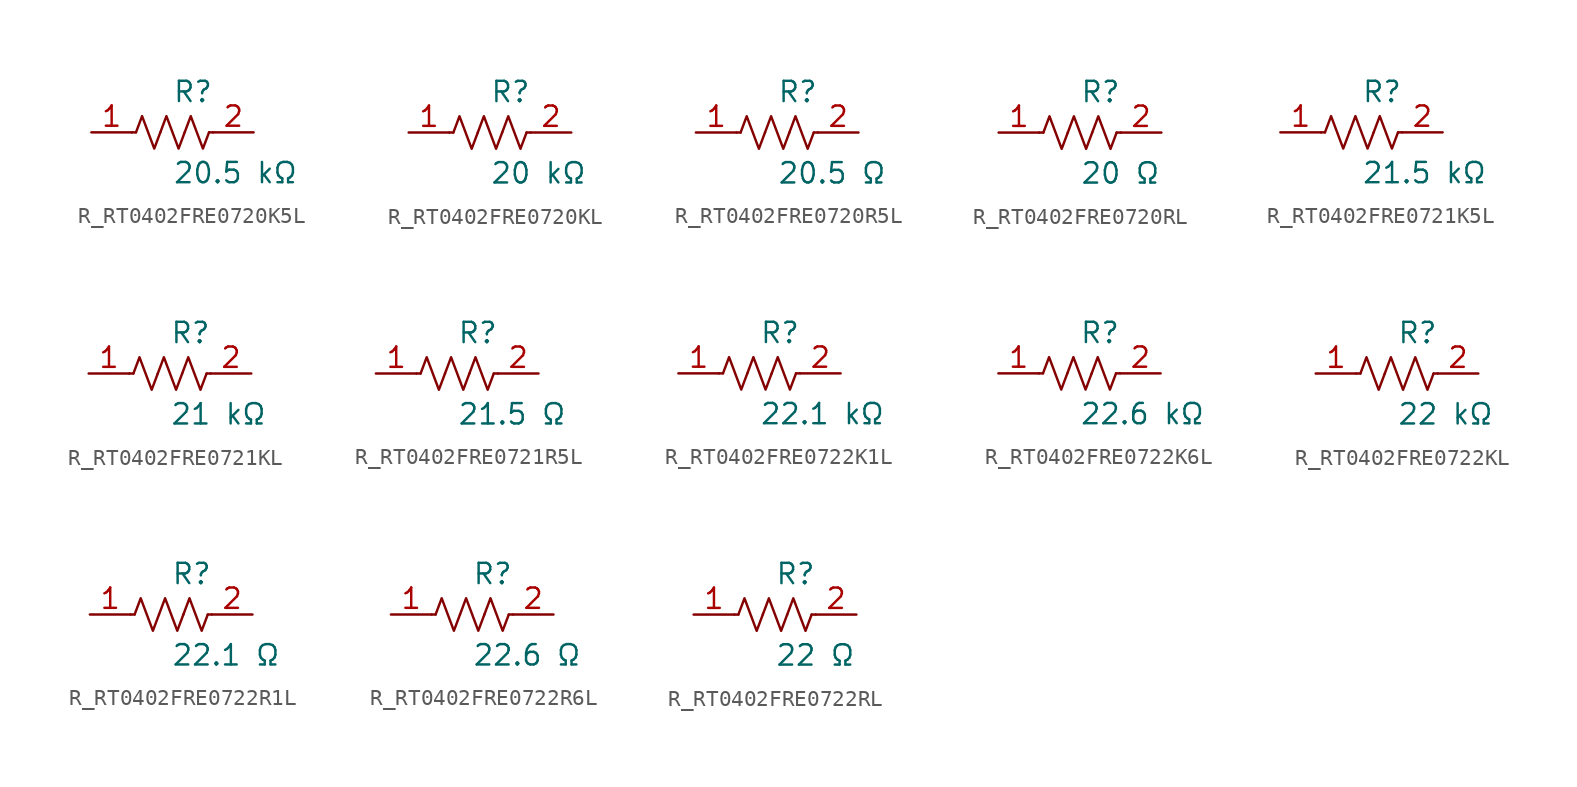
<source format=kicad_sym>
(kicad_symbol_lib
  (version 20231120)
  (generator kicad_symbol_editor)
  (generator_version 8.0)
  (symbol "R_RT0402FRE0720K5L"
    (pin_names
      (offset 0.254))
    (property "Reference" "R"
      (at 0.0 2.54 0)
      (effects (font (size 1.27 1.27)) (justify left)))
    (property "Value" "20.5 kΩ"
      (at 0.0 -2.54 0)
      (effects (font (size 1.27 1.27)) (justify left)))
    (symbol "R_RT0402FRE0720K5L_0_1"
      (polyline (pts (xy 2.286 0) (xy 2.54 0)) (stroke (width 0) (type default)) (fill (type none)))
      (polyline (pts (xy -2.286 0) (xy -2.54 0)) (stroke (width 0) (type default)) (fill (type none)))
      (polyline (pts (xy 0.762 0) (xy 1.143 1.016) (xy 1.524 0) (xy 1.905 -1.016) (xy 2.286 0)) (stroke (width 0) (type default)) (fill (type none)))
      (polyline (pts (xy -0.762 0) (xy -0.381 1.016) (xy 0 0) (xy 0.381 -1.016) (xy 0.762 0)) (stroke (width 0) (type default)) (fill (type none)))
      (polyline (pts (xy -2.286 0) (xy -1.905 1.016) (xy -1.524 0) (xy -1.143 -1.016) (xy -0.762 0)) (stroke (width 0) (type default)) (fill (type none))))
    (pin unspecified line
      (at -5.08 0 0)
      (length 2.54)
      (name "" (effects (font (size 1.27 1.27))))
      (number "1" (effects (font (size 1.27 1.27)))))
    (pin unspecified line
      (at 5.08 0 180)
      (length 2.54)
      (name "" (effects (font (size 1.27 1.27))))
      (number "2" (effects (font (size 1.27 1.27))))))
  (symbol "R_RT0402FRE0720KL"
    (pin_names
      (offset 0.254))
    (property "Reference" "R"
      (at 0.0 2.54 0)
      (effects (font (size 1.27 1.27)) (justify left)))
    (property "Value" "20 kΩ"
      (at 0.0 -2.54 0)
      (effects (font (size 1.27 1.27)) (justify left)))
    (symbol "R_RT0402FRE0720KL_0_1"
      (polyline (pts (xy 2.286 0) (xy 2.54 0)) (stroke (width 0) (type default)) (fill (type none)))
      (polyline (pts (xy -2.286 0) (xy -2.54 0)) (stroke (width 0) (type default)) (fill (type none)))
      (polyline (pts (xy 0.762 0) (xy 1.143 1.016) (xy 1.524 0) (xy 1.905 -1.016) (xy 2.286 0)) (stroke (width 0) (type default)) (fill (type none)))
      (polyline (pts (xy -0.762 0) (xy -0.381 1.016) (xy 0 0) (xy 0.381 -1.016) (xy 0.762 0)) (stroke (width 0) (type default)) (fill (type none)))
      (polyline (pts (xy -2.286 0) (xy -1.905 1.016) (xy -1.524 0) (xy -1.143 -1.016) (xy -0.762 0)) (stroke (width 0) (type default)) (fill (type none))))
    (pin unspecified line
      (at -5.08 0 0)
      (length 2.54)
      (name "" (effects (font (size 1.27 1.27))))
      (number "1" (effects (font (size 1.27 1.27)))))
    (pin unspecified line
      (at 5.08 0 180)
      (length 2.54)
      (name "" (effects (font (size 1.27 1.27))))
      (number "2" (effects (font (size 1.27 1.27))))))
  (symbol "R_RT0402FRE0720R5L"
    (pin_names
      (offset 0.254))
    (property "Reference" "R"
      (at 0.0 2.54 0)
      (effects (font (size 1.27 1.27)) (justify left)))
    (property "Value" "20.5 Ω"
      (at 0.0 -2.54 0)
      (effects (font (size 1.27 1.27)) (justify left)))
    (symbol "R_RT0402FRE0720R5L_0_1"
      (polyline (pts (xy 2.286 0) (xy 2.54 0)) (stroke (width 0) (type default)) (fill (type none)))
      (polyline (pts (xy -2.286 0) (xy -2.54 0)) (stroke (width 0) (type default)) (fill (type none)))
      (polyline (pts (xy 0.762 0) (xy 1.143 1.016) (xy 1.524 0) (xy 1.905 -1.016) (xy 2.286 0)) (stroke (width 0) (type default)) (fill (type none)))
      (polyline (pts (xy -0.762 0) (xy -0.381 1.016) (xy 0 0) (xy 0.381 -1.016) (xy 0.762 0)) (stroke (width 0) (type default)) (fill (type none)))
      (polyline (pts (xy -2.286 0) (xy -1.905 1.016) (xy -1.524 0) (xy -1.143 -1.016) (xy -0.762 0)) (stroke (width 0) (type default)) (fill (type none))))
    (pin unspecified line
      (at -5.08 0 0)
      (length 2.54)
      (name "" (effects (font (size 1.27 1.27))))
      (number "1" (effects (font (size 1.27 1.27)))))
    (pin unspecified line
      (at 5.08 0 180)
      (length 2.54)
      (name "" (effects (font (size 1.27 1.27))))
      (number "2" (effects (font (size 1.27 1.27))))))
  (symbol "R_RT0402FRE0720RL"
    (pin_names
      (offset 0.254))
    (property "Reference" "R"
      (at 0.0 2.54 0)
      (effects (font (size 1.27 1.27)) (justify left)))
    (property "Value" "20 Ω"
      (at 0.0 -2.54 0)
      (effects (font (size 1.27 1.27)) (justify left)))
    (symbol "R_RT0402FRE0720RL_0_1"
      (polyline (pts (xy 2.286 0) (xy 2.54 0)) (stroke (width 0) (type default)) (fill (type none)))
      (polyline (pts (xy -2.286 0) (xy -2.54 0)) (stroke (width 0) (type default)) (fill (type none)))
      (polyline (pts (xy 0.762 0) (xy 1.143 1.016) (xy 1.524 0) (xy 1.905 -1.016) (xy 2.286 0)) (stroke (width 0) (type default)) (fill (type none)))
      (polyline (pts (xy -0.762 0) (xy -0.381 1.016) (xy 0 0) (xy 0.381 -1.016) (xy 0.762 0)) (stroke (width 0) (type default)) (fill (type none)))
      (polyline (pts (xy -2.286 0) (xy -1.905 1.016) (xy -1.524 0) (xy -1.143 -1.016) (xy -0.762 0)) (stroke (width 0) (type default)) (fill (type none))))
    (pin unspecified line
      (at -5.08 0 0)
      (length 2.54)
      (name "" (effects (font (size 1.27 1.27))))
      (number "1" (effects (font (size 1.27 1.27)))))
    (pin unspecified line
      (at 5.08 0 180)
      (length 2.54)
      (name "" (effects (font (size 1.27 1.27))))
      (number "2" (effects (font (size 1.27 1.27))))))
  (symbol "R_RT0402FRE0721K5L"
    (pin_names
      (offset 0.254))
    (property "Reference" "R"
      (at 0.0 2.54 0)
      (effects (font (size 1.27 1.27)) (justify left)))
    (property "Value" "21.5 kΩ"
      (at 0.0 -2.54 0)
      (effects (font (size 1.27 1.27)) (justify left)))
    (symbol "R_RT0402FRE0721K5L_0_1"
      (polyline (pts (xy 2.286 0) (xy 2.54 0)) (stroke (width 0) (type default)) (fill (type none)))
      (polyline (pts (xy -2.286 0) (xy -2.54 0)) (stroke (width 0) (type default)) (fill (type none)))
      (polyline (pts (xy 0.762 0) (xy 1.143 1.016) (xy 1.524 0) (xy 1.905 -1.016) (xy 2.286 0)) (stroke (width 0) (type default)) (fill (type none)))
      (polyline (pts (xy -0.762 0) (xy -0.381 1.016) (xy 0 0) (xy 0.381 -1.016) (xy 0.762 0)) (stroke (width 0) (type default)) (fill (type none)))
      (polyline (pts (xy -2.286 0) (xy -1.905 1.016) (xy -1.524 0) (xy -1.143 -1.016) (xy -0.762 0)) (stroke (width 0) (type default)) (fill (type none))))
    (pin unspecified line
      (at -5.08 0 0)
      (length 2.54)
      (name "" (effects (font (size 1.27 1.27))))
      (number "1" (effects (font (size 1.27 1.27)))))
    (pin unspecified line
      (at 5.08 0 180)
      (length 2.54)
      (name "" (effects (font (size 1.27 1.27))))
      (number "2" (effects (font (size 1.27 1.27))))))
  (symbol "R_RT0402FRE0721KL"
    (pin_names
      (offset 0.254))
    (property "Reference" "R"
      (at 0.0 2.54 0)
      (effects (font (size 1.27 1.27)) (justify left)))
    (property "Value" "21 kΩ"
      (at 0.0 -2.54 0)
      (effects (font (size 1.27 1.27)) (justify left)))
    (symbol "R_RT0402FRE0721KL_0_1"
      (polyline (pts (xy 2.286 0) (xy 2.54 0)) (stroke (width 0) (type default)) (fill (type none)))
      (polyline (pts (xy -2.286 0) (xy -2.54 0)) (stroke (width 0) (type default)) (fill (type none)))
      (polyline (pts (xy 0.762 0) (xy 1.143 1.016) (xy 1.524 0) (xy 1.905 -1.016) (xy 2.286 0)) (stroke (width 0) (type default)) (fill (type none)))
      (polyline (pts (xy -0.762 0) (xy -0.381 1.016) (xy 0 0) (xy 0.381 -1.016) (xy 0.762 0)) (stroke (width 0) (type default)) (fill (type none)))
      (polyline (pts (xy -2.286 0) (xy -1.905 1.016) (xy -1.524 0) (xy -1.143 -1.016) (xy -0.762 0)) (stroke (width 0) (type default)) (fill (type none))))
    (pin unspecified line
      (at -5.08 0 0)
      (length 2.54)
      (name "" (effects (font (size 1.27 1.27))))
      (number "1" (effects (font (size 1.27 1.27)))))
    (pin unspecified line
      (at 5.08 0 180)
      (length 2.54)
      (name "" (effects (font (size 1.27 1.27))))
      (number "2" (effects (font (size 1.27 1.27))))))
  (symbol "R_RT0402FRE0721R5L"
    (pin_names
      (offset 0.254))
    (property "Reference" "R"
      (at 0.0 2.54 0)
      (effects (font (size 1.27 1.27)) (justify left)))
    (property "Value" "21.5 Ω"
      (at 0.0 -2.54 0)
      (effects (font (size 1.27 1.27)) (justify left)))
    (symbol "R_RT0402FRE0721R5L_0_1"
      (polyline (pts (xy 2.286 0) (xy 2.54 0)) (stroke (width 0) (type default)) (fill (type none)))
      (polyline (pts (xy -2.286 0) (xy -2.54 0)) (stroke (width 0) (type default)) (fill (type none)))
      (polyline (pts (xy 0.762 0) (xy 1.143 1.016) (xy 1.524 0) (xy 1.905 -1.016) (xy 2.286 0)) (stroke (width 0) (type default)) (fill (type none)))
      (polyline (pts (xy -0.762 0) (xy -0.381 1.016) (xy 0 0) (xy 0.381 -1.016) (xy 0.762 0)) (stroke (width 0) (type default)) (fill (type none)))
      (polyline (pts (xy -2.286 0) (xy -1.905 1.016) (xy -1.524 0) (xy -1.143 -1.016) (xy -0.762 0)) (stroke (width 0) (type default)) (fill (type none))))
    (pin unspecified line
      (at -5.08 0 0)
      (length 2.54)
      (name "" (effects (font (size 1.27 1.27))))
      (number "1" (effects (font (size 1.27 1.27)))))
    (pin unspecified line
      (at 5.08 0 180)
      (length 2.54)
      (name "" (effects (font (size 1.27 1.27))))
      (number "2" (effects (font (size 1.27 1.27))))))
  (symbol "R_RT0402FRE0722K1L"
    (pin_names
      (offset 0.254))
    (property "Reference" "R"
      (at 0.0 2.54 0)
      (effects (font (size 1.27 1.27)) (justify left)))
    (property "Value" "22.1 kΩ"
      (at 0.0 -2.54 0)
      (effects (font (size 1.27 1.27)) (justify left)))
    (symbol "R_RT0402FRE0722K1L_0_1"
      (polyline (pts (xy 2.286 0) (xy 2.54 0)) (stroke (width 0) (type default)) (fill (type none)))
      (polyline (pts (xy -2.286 0) (xy -2.54 0)) (stroke (width 0) (type default)) (fill (type none)))
      (polyline (pts (xy 0.762 0) (xy 1.143 1.016) (xy 1.524 0) (xy 1.905 -1.016) (xy 2.286 0)) (stroke (width 0) (type default)) (fill (type none)))
      (polyline (pts (xy -0.762 0) (xy -0.381 1.016) (xy 0 0) (xy 0.381 -1.016) (xy 0.762 0)) (stroke (width 0) (type default)) (fill (type none)))
      (polyline (pts (xy -2.286 0) (xy -1.905 1.016) (xy -1.524 0) (xy -1.143 -1.016) (xy -0.762 0)) (stroke (width 0) (type default)) (fill (type none))))
    (pin unspecified line
      (at -5.08 0 0)
      (length 2.54)
      (name "" (effects (font (size 1.27 1.27))))
      (number "1" (effects (font (size 1.27 1.27)))))
    (pin unspecified line
      (at 5.08 0 180)
      (length 2.54)
      (name "" (effects (font (size 1.27 1.27))))
      (number "2" (effects (font (size 1.27 1.27))))))
  (symbol "R_RT0402FRE0722K6L"
    (pin_names
      (offset 0.254))
    (property "Reference" "R"
      (at 0.0 2.54 0)
      (effects (font (size 1.27 1.27)) (justify left)))
    (property "Value" "22.6 kΩ"
      (at 0.0 -2.54 0)
      (effects (font (size 1.27 1.27)) (justify left)))
    (symbol "R_RT0402FRE0722K6L_0_1"
      (polyline (pts (xy 2.286 0) (xy 2.54 0)) (stroke (width 0) (type default)) (fill (type none)))
      (polyline (pts (xy -2.286 0) (xy -2.54 0)) (stroke (width 0) (type default)) (fill (type none)))
      (polyline (pts (xy 0.762 0) (xy 1.143 1.016) (xy 1.524 0) (xy 1.905 -1.016) (xy 2.286 0)) (stroke (width 0) (type default)) (fill (type none)))
      (polyline (pts (xy -0.762 0) (xy -0.381 1.016) (xy 0 0) (xy 0.381 -1.016) (xy 0.762 0)) (stroke (width 0) (type default)) (fill (type none)))
      (polyline (pts (xy -2.286 0) (xy -1.905 1.016) (xy -1.524 0) (xy -1.143 -1.016) (xy -0.762 0)) (stroke (width 0) (type default)) (fill (type none))))
    (pin unspecified line
      (at -5.08 0 0)
      (length 2.54)
      (name "" (effects (font (size 1.27 1.27))))
      (number "1" (effects (font (size 1.27 1.27)))))
    (pin unspecified line
      (at 5.08 0 180)
      (length 2.54)
      (name "" (effects (font (size 1.27 1.27))))
      (number "2" (effects (font (size 1.27 1.27))))))
  (symbol "R_RT0402FRE0722KL"
    (pin_names
      (offset 0.254))
    (property "Reference" "R"
      (at 0.0 2.54 0)
      (effects (font (size 1.27 1.27)) (justify left)))
    (property "Value" "22 kΩ"
      (at 0.0 -2.54 0)
      (effects (font (size 1.27 1.27)) (justify left)))
    (symbol "R_RT0402FRE0722KL_0_1"
      (polyline (pts (xy 2.286 0) (xy 2.54 0)) (stroke (width 0) (type default)) (fill (type none)))
      (polyline (pts (xy -2.286 0) (xy -2.54 0)) (stroke (width 0) (type default)) (fill (type none)))
      (polyline (pts (xy 0.762 0) (xy 1.143 1.016) (xy 1.524 0) (xy 1.905 -1.016) (xy 2.286 0)) (stroke (width 0) (type default)) (fill (type none)))
      (polyline (pts (xy -0.762 0) (xy -0.381 1.016) (xy 0 0) (xy 0.381 -1.016) (xy 0.762 0)) (stroke (width 0) (type default)) (fill (type none)))
      (polyline (pts (xy -2.286 0) (xy -1.905 1.016) (xy -1.524 0) (xy -1.143 -1.016) (xy -0.762 0)) (stroke (width 0) (type default)) (fill (type none))))
    (pin unspecified line
      (at -5.08 0 0)
      (length 2.54)
      (name "" (effects (font (size 1.27 1.27))))
      (number "1" (effects (font (size 1.27 1.27)))))
    (pin unspecified line
      (at 5.08 0 180)
      (length 2.54)
      (name "" (effects (font (size 1.27 1.27))))
      (number "2" (effects (font (size 1.27 1.27))))))
  (symbol "R_RT0402FRE0722R1L"
    (pin_names
      (offset 0.254))
    (property "Reference" "R"
      (at 0.0 2.54 0)
      (effects (font (size 1.27 1.27)) (justify left)))
    (property "Value" "22.1 Ω"
      (at 0.0 -2.54 0)
      (effects (font (size 1.27 1.27)) (justify left)))
    (symbol "R_RT0402FRE0722R1L_0_1"
      (polyline (pts (xy 2.286 0) (xy 2.54 0)) (stroke (width 0) (type default)) (fill (type none)))
      (polyline (pts (xy -2.286 0) (xy -2.54 0)) (stroke (width 0) (type default)) (fill (type none)))
      (polyline (pts (xy 0.762 0) (xy 1.143 1.016) (xy 1.524 0) (xy 1.905 -1.016) (xy 2.286 0)) (stroke (width 0) (type default)) (fill (type none)))
      (polyline (pts (xy -0.762 0) (xy -0.381 1.016) (xy 0 0) (xy 0.381 -1.016) (xy 0.762 0)) (stroke (width 0) (type default)) (fill (type none)))
      (polyline (pts (xy -2.286 0) (xy -1.905 1.016) (xy -1.524 0) (xy -1.143 -1.016) (xy -0.762 0)) (stroke (width 0) (type default)) (fill (type none))))
    (pin unspecified line
      (at -5.08 0 0)
      (length 2.54)
      (name "" (effects (font (size 1.27 1.27))))
      (number "1" (effects (font (size 1.27 1.27)))))
    (pin unspecified line
      (at 5.08 0 180)
      (length 2.54)
      (name "" (effects (font (size 1.27 1.27))))
      (number "2" (effects (font (size 1.27 1.27))))))
  (symbol "R_RT0402FRE0722R6L"
    (pin_names
      (offset 0.254))
    (property "Reference" "R"
      (at 0.0 2.54 0)
      (effects (font (size 1.27 1.27)) (justify left)))
    (property "Value" "22.6 Ω"
      (at 0.0 -2.54 0)
      (effects (font (size 1.27 1.27)) (justify left)))
    (symbol "R_RT0402FRE0722R6L_0_1"
      (polyline (pts (xy 2.286 0) (xy 2.54 0)) (stroke (width 0) (type default)) (fill (type none)))
      (polyline (pts (xy -2.286 0) (xy -2.54 0)) (stroke (width 0) (type default)) (fill (type none)))
      (polyline (pts (xy 0.762 0) (xy 1.143 1.016) (xy 1.524 0) (xy 1.905 -1.016) (xy 2.286 0)) (stroke (width 0) (type default)) (fill (type none)))
      (polyline (pts (xy -0.762 0) (xy -0.381 1.016) (xy 0 0) (xy 0.381 -1.016) (xy 0.762 0)) (stroke (width 0) (type default)) (fill (type none)))
      (polyline (pts (xy -2.286 0) (xy -1.905 1.016) (xy -1.524 0) (xy -1.143 -1.016) (xy -0.762 0)) (stroke (width 0) (type default)) (fill (type none))))
    (pin unspecified line
      (at -5.08 0 0)
      (length 2.54)
      (name "" (effects (font (size 1.27 1.27))))
      (number "1" (effects (font (size 1.27 1.27)))))
    (pin unspecified line
      (at 5.08 0 180)
      (length 2.54)
      (name "" (effects (font (size 1.27 1.27))))
      (number "2" (effects (font (size 1.27 1.27))))))
  (symbol "R_RT0402FRE0722RL"
    (pin_names
      (offset 0.254))
    (property "Reference" "R"
      (at 0.0 2.54 0)
      (effects (font (size 1.27 1.27)) (justify left)))
    (property "Value" "22 Ω"
      (at 0.0 -2.54 0)
      (effects (font (size 1.27 1.27)) (justify left)))
    (symbol "R_RT0402FRE0722RL_0_1"
      (polyline (pts (xy 2.286 0) (xy 2.54 0)) (stroke (width 0) (type default)) (fill (type none)))
      (polyline (pts (xy -2.286 0) (xy -2.54 0)) (stroke (width 0) (type default)) (fill (type none)))
      (polyline (pts (xy 0.762 0) (xy 1.143 1.016) (xy 1.524 0) (xy 1.905 -1.016) (xy 2.286 0)) (stroke (width 0) (type default)) (fill (type none)))
      (polyline (pts (xy -0.762 0) (xy -0.381 1.016) (xy 0 0) (xy 0.381 -1.016) (xy 0.762 0)) (stroke (width 0) (type default)) (fill (type none)))
      (polyline (pts (xy -2.286 0) (xy -1.905 1.016) (xy -1.524 0) (xy -1.143 -1.016) (xy -0.762 0)) (stroke (width 0) (type default)) (fill (type none))))
    (pin unspecified line
      (at -5.08 0 0)
      (length 2.54)
      (name "" (effects (font (size 1.27 1.27))))
      (number "1" (effects (font (size 1.27 1.27)))))
    (pin unspecified line
      (at 5.08 0 180)
      (length 2.54)
      (name "" (effects (font (size 1.27 1.27))))
      (number "2" (effects (font (size 1.27 1.27)))))))
</source>
